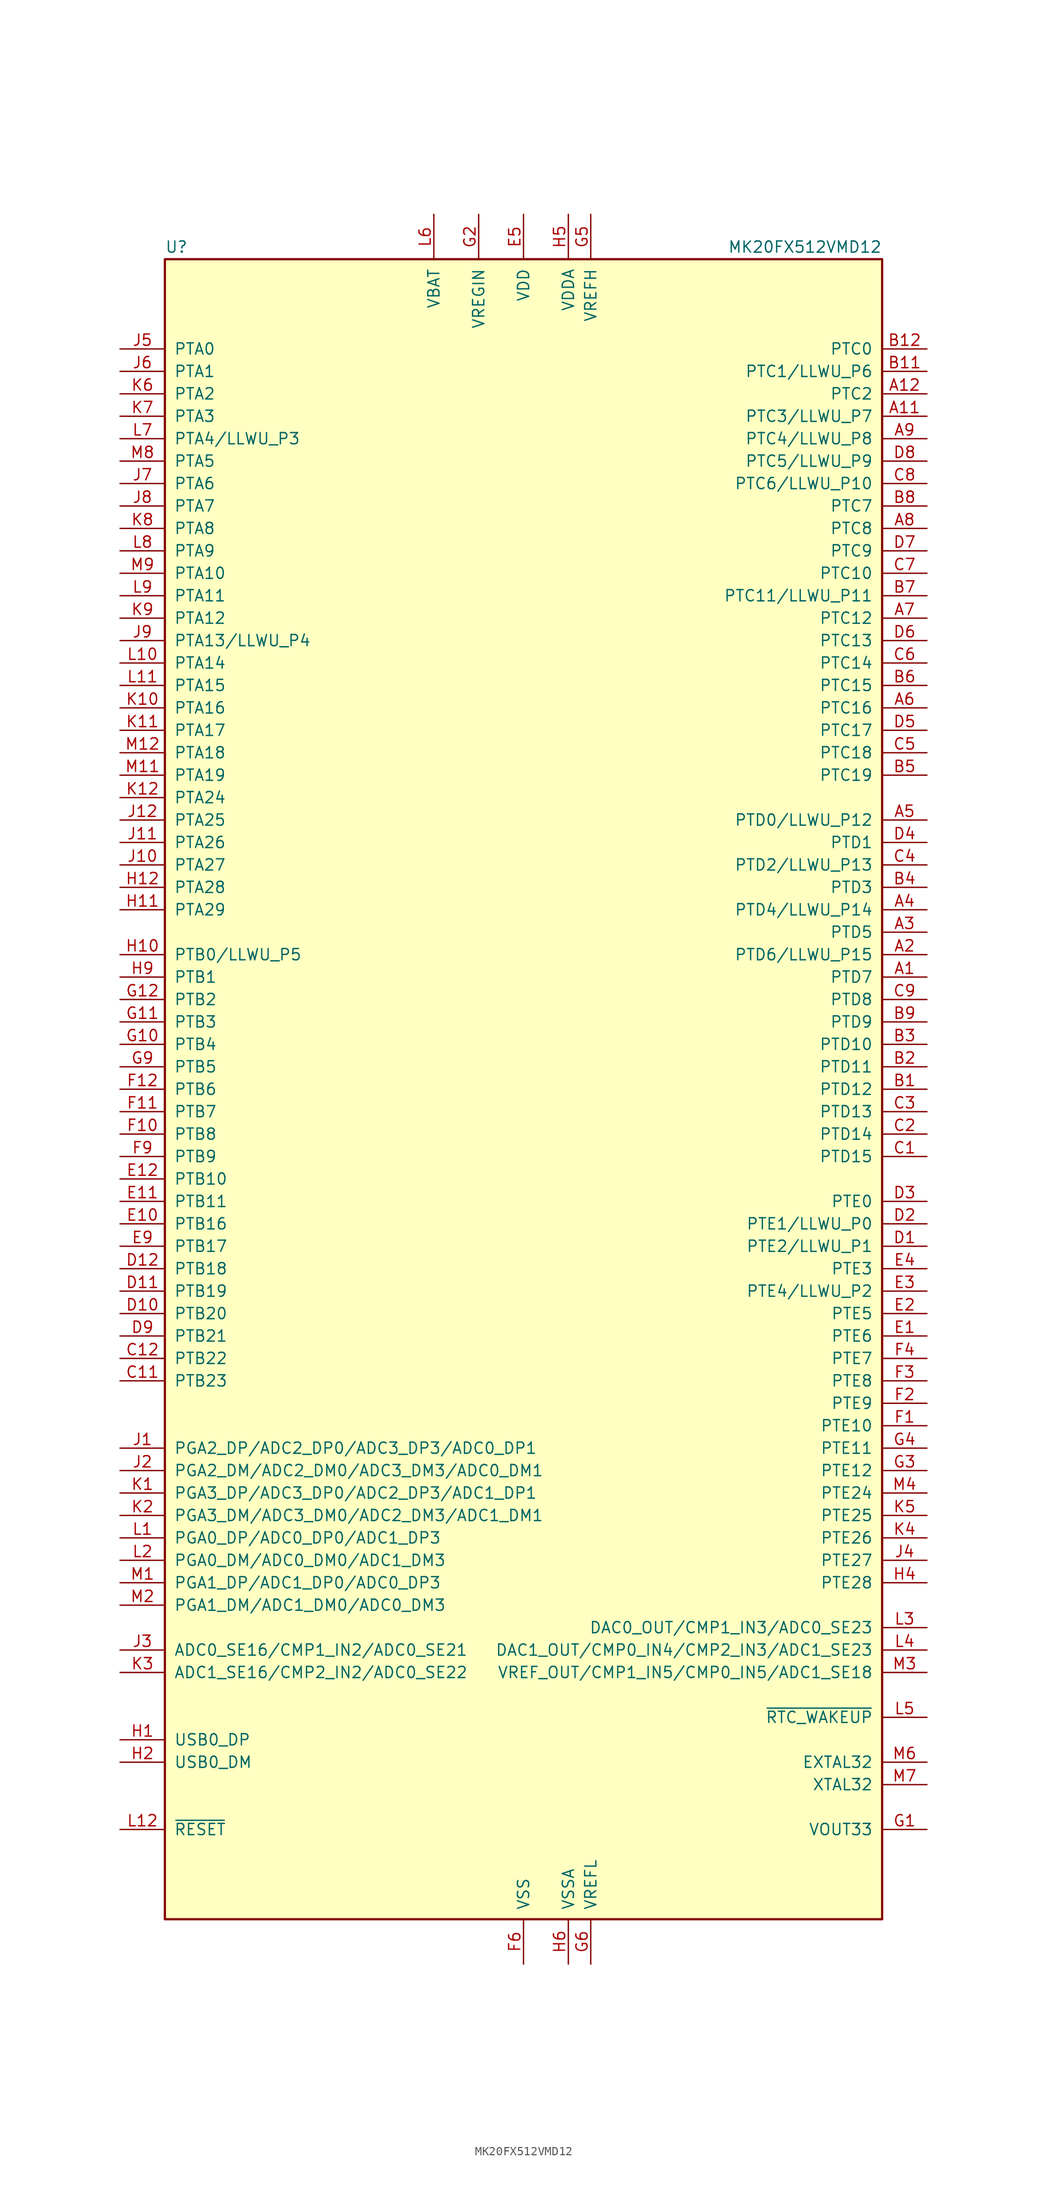
<source format=kicad_sym>
(kicad_symbol_lib
  (version 20220914)
  (generator kicad_symbol_editor)
  (symbol "MK20FX512VMD12"
    (pin_names
      (offset 1.016))
    (property "Reference" "U"
      (at -40.64 94.615 0)
      (effects (font (size 1.27 1.27)) (justify left bottom)))
    (property "Value" "MK20FX512VMD12"
      (at 40.64 94.615 0)
      (effects (font (size 1.27 1.27)) (justify right bottom)))
    (symbol "MK20FX512VMD12_0_1"
      (rectangle (start -40.64 93.98) (end 40.64 -93.98) (stroke (width 0.254) (type default)) (fill (type background))))
    (symbol "MK20FX512VMD12_1_1"
      (pin bidirectional line (at 45.72 12.7 180) (length 5.08) (name "PTD7" (effects (font (size 1.27 1.27)))) (number "A1" (effects (font (size 1.27 1.27)))))
      (pin no_connect line (at -12.7 -99.06 90) (length 5.08) hide (name "NC" (effects (font (size 1.27 1.27)))) (number "A10" (effects (font (size 1.27 1.27)))))
      (pin bidirectional line (at 45.72 76.2 180) (length 5.08) (name "PTC3/LLWU_P7" (effects (font (size 1.27 1.27)))) (number "A11" (effects (font (size 1.27 1.27)))))
      (pin bidirectional line (at 45.72 78.74 180) (length 5.08) (name "PTC2" (effects (font (size 1.27 1.27)))) (number "A12" (effects (font (size 1.27 1.27)))))
      (pin bidirectional line (at 45.72 15.24 180) (length 5.08) (name "PTD6/LLWU_P15" (effects (font (size 1.27 1.27)))) (number "A2" (effects (font (size 1.27 1.27)))))
      (pin bidirectional line (at 45.72 17.78 180) (length 5.08) (name "PTD5" (effects (font (size 1.27 1.27)))) (number "A3" (effects (font (size 1.27 1.27)))))
      (pin bidirectional line (at 45.72 20.32 180) (length 5.08) (name "PTD4/LLWU_P14" (effects (font (size 1.27 1.27)))) (number "A4" (effects (font (size 1.27 1.27)))))
      (pin bidirectional line (at 45.72 30.48 180) (length 5.08) (name "PTD0/LLWU_P12" (effects (font (size 1.27 1.27)))) (number "A5" (effects (font (size 1.27 1.27)))))
      (pin bidirectional line (at 45.72 43.18 180) (length 5.08) (name "PTC16" (effects (font (size 1.27 1.27)))) (number "A6" (effects (font (size 1.27 1.27)))))
      (pin bidirectional line (at 45.72 53.34 180) (length 5.08) (name "PTC12" (effects (font (size 1.27 1.27)))) (number "A7" (effects (font (size 1.27 1.27)))))
      (pin bidirectional line (at 45.72 63.5 180) (length 5.08) (name "PTC8" (effects (font (size 1.27 1.27)))) (number "A8" (effects (font (size 1.27 1.27)))))
      (pin bidirectional line (at 45.72 73.66 180) (length 5.08) (name "PTC4/LLWU_P8" (effects (font (size 1.27 1.27)))) (number "A9" (effects (font (size 1.27 1.27)))))
      (pin bidirectional line (at 45.72 0 180) (length 5.08) (name "PTD12" (effects (font (size 1.27 1.27)))) (number "B1" (effects (font (size 1.27 1.27)))))
      (pin no_connect line (at -10.16 -99.06 90) (length 5.08) hide (name "NC" (effects (font (size 1.27 1.27)))) (number "B10" (effects (font (size 1.27 1.27)))))
      (pin bidirectional line (at 45.72 81.28 180) (length 5.08) (name "PTC1/LLWU_P6" (effects (font (size 1.27 1.27)))) (number "B11" (effects (font (size 1.27 1.27)))))
      (pin bidirectional line (at 45.72 83.82 180) (length 5.08) (name "PTC0" (effects (font (size 1.27 1.27)))) (number "B12" (effects (font (size 1.27 1.27)))))
      (pin bidirectional line (at 45.72 2.54 180) (length 5.08) (name "PTD11" (effects (font (size 1.27 1.27)))) (number "B2" (effects (font (size 1.27 1.27)))))
      (pin bidirectional line (at 45.72 5.08 180) (length 5.08) (name "PTD10" (effects (font (size 1.27 1.27)))) (number "B3" (effects (font (size 1.27 1.27)))))
      (pin bidirectional line (at 45.72 22.86 180) (length 5.08) (name "PTD3" (effects (font (size 1.27 1.27)))) (number "B4" (effects (font (size 1.27 1.27)))))
      (pin bidirectional line (at 45.72 35.56 180) (length 5.08) (name "PTC19" (effects (font (size 1.27 1.27)))) (number "B5" (effects (font (size 1.27 1.27)))))
      (pin bidirectional line (at 45.72 45.72 180) (length 5.08) (name "PTC15" (effects (font (size 1.27 1.27)))) (number "B6" (effects (font (size 1.27 1.27)))))
      (pin bidirectional line (at 45.72 55.88 180) (length 5.08) (name "PTC11/LLWU_P11" (effects (font (size 1.27 1.27)))) (number "B7" (effects (font (size 1.27 1.27)))))
      (pin bidirectional line (at 45.72 66.04 180) (length 5.08) (name "PTC7" (effects (font (size 1.27 1.27)))) (number "B8" (effects (font (size 1.27 1.27)))))
      (pin bidirectional line (at 45.72 7.62 180) (length 5.08) (name "PTD9" (effects (font (size 1.27 1.27)))) (number "B9" (effects (font (size 1.27 1.27)))))
      (pin bidirectional line (at 45.72 -7.62 180) (length 5.08) (name "PTD15" (effects (font (size 1.27 1.27)))) (number "C1" (effects (font (size 1.27 1.27)))))
      (pin no_connect line (at -7.62 -99.06 90) (length 5.08) hide (name "NC" (effects (font (size 1.27 1.27)))) (number "C10" (effects (font (size 1.27 1.27)))))
      (pin bidirectional line (at -45.72 -33.02 0) (length 5.08) (name "PTB23" (effects (font (size 1.27 1.27)))) (number "C11" (effects (font (size 1.27 1.27)))))
      (pin bidirectional line (at -45.72 -30.48 0) (length 5.08) (name "PTB22" (effects (font (size 1.27 1.27)))) (number "C12" (effects (font (size 1.27 1.27)))))
      (pin bidirectional line (at 45.72 -5.08 180) (length 5.08) (name "PTD14" (effects (font (size 1.27 1.27)))) (number "C2" (effects (font (size 1.27 1.27)))))
      (pin bidirectional line (at 45.72 -2.54 180) (length 5.08) (name "PTD13" (effects (font (size 1.27 1.27)))) (number "C3" (effects (font (size 1.27 1.27)))))
      (pin bidirectional line (at 45.72 25.4 180) (length 5.08) (name "PTD2/LLWU_P13" (effects (font (size 1.27 1.27)))) (number "C4" (effects (font (size 1.27 1.27)))))
      (pin bidirectional line (at 45.72 38.1 180) (length 5.08) (name "PTC18" (effects (font (size 1.27 1.27)))) (number "C5" (effects (font (size 1.27 1.27)))))
      (pin bidirectional line (at 45.72 48.26 180) (length 5.08) (name "PTC14" (effects (font (size 1.27 1.27)))) (number "C6" (effects (font (size 1.27 1.27)))))
      (pin bidirectional line (at 45.72 58.42 180) (length 5.08) (name "PTC10" (effects (font (size 1.27 1.27)))) (number "C7" (effects (font (size 1.27 1.27)))))
      (pin bidirectional line (at 45.72 68.58 180) (length 5.08) (name "PTC6/LLWU_P10" (effects (font (size 1.27 1.27)))) (number "C8" (effects (font (size 1.27 1.27)))))
      (pin bidirectional line (at 45.72 10.16 180) (length 5.08) (name "PTD8" (effects (font (size 1.27 1.27)))) (number "C9" (effects (font (size 1.27 1.27)))))
      (pin bidirectional line (at 45.72 -17.78 180) (length 5.08) (name "PTE2/LLWU_P1" (effects (font (size 1.27 1.27)))) (number "D1" (effects (font (size 1.27 1.27)))))
      (pin bidirectional line (at -45.72 -25.4 0) (length 5.08) (name "PTB20" (effects (font (size 1.27 1.27)))) (number "D10" (effects (font (size 1.27 1.27)))))
      (pin bidirectional line (at -45.72 -22.86 0) (length 5.08) (name "PTB19" (effects (font (size 1.27 1.27)))) (number "D11" (effects (font (size 1.27 1.27)))))
      (pin bidirectional line (at -45.72 -20.32 0) (length 5.08) (name "PTB18" (effects (font (size 1.27 1.27)))) (number "D12" (effects (font (size 1.27 1.27)))))
      (pin bidirectional line (at 45.72 -15.24 180) (length 5.08) (name "PTE1/LLWU_P0" (effects (font (size 1.27 1.27)))) (number "D2" (effects (font (size 1.27 1.27)))))
      (pin bidirectional line (at 45.72 -12.7 180) (length 5.08) (name "PTE0" (effects (font (size 1.27 1.27)))) (number "D3" (effects (font (size 1.27 1.27)))))
      (pin bidirectional line (at 45.72 27.94 180) (length 5.08) (name "PTD1" (effects (font (size 1.27 1.27)))) (number "D4" (effects (font (size 1.27 1.27)))))
      (pin bidirectional line (at 45.72 40.64 180) (length 5.08) (name "PTC17" (effects (font (size 1.27 1.27)))) (number "D5" (effects (font (size 1.27 1.27)))))
      (pin bidirectional line (at 45.72 50.8 180) (length 5.08) (name "PTC13" (effects (font (size 1.27 1.27)))) (number "D6" (effects (font (size 1.27 1.27)))))
      (pin bidirectional line (at 45.72 60.96 180) (length 5.08) (name "PTC9" (effects (font (size 1.27 1.27)))) (number "D7" (effects (font (size 1.27 1.27)))))
      (pin bidirectional line (at 45.72 71.12 180) (length 5.08) (name "PTC5/LLWU_P9" (effects (font (size 1.27 1.27)))) (number "D8" (effects (font (size 1.27 1.27)))))
      (pin bidirectional line (at -45.72 -27.94 0) (length 5.08) (name "PTB21" (effects (font (size 1.27 1.27)))) (number "D9" (effects (font (size 1.27 1.27)))))
      (pin bidirectional line (at 45.72 -27.94 180) (length 5.08) (name "PTE6" (effects (font (size 1.27 1.27)))) (number "E1" (effects (font (size 1.27 1.27)))))
      (pin bidirectional line (at -45.72 -15.24 0) (length 5.08) (name "PTB16" (effects (font (size 1.27 1.27)))) (number "E10" (effects (font (size 1.27 1.27)))))
      (pin bidirectional line (at -45.72 -12.7 0) (length 5.08) (name "PTB11" (effects (font (size 1.27 1.27)))) (number "E11" (effects (font (size 1.27 1.27)))))
      (pin bidirectional line (at -45.72 -10.16 0) (length 5.08) (name "PTB10" (effects (font (size 1.27 1.27)))) (number "E12" (effects (font (size 1.27 1.27)))))
      (pin bidirectional line (at 45.72 -25.4 180) (length 5.08) (name "PTE5" (effects (font (size 1.27 1.27)))) (number "E2" (effects (font (size 1.27 1.27)))))
      (pin bidirectional line (at 45.72 -22.86 180) (length 5.08) (name "PTE4/LLWU_P2" (effects (font (size 1.27 1.27)))) (number "E3" (effects (font (size 1.27 1.27)))))
      (pin bidirectional line (at 45.72 -20.32 180) (length 5.08) (name "PTE3" (effects (font (size 1.27 1.27)))) (number "E4" (effects (font (size 1.27 1.27)))))
      (pin power_in line (at 0 99.06 270) (length 5.08) (name "VDD" (effects (font (size 1.27 1.27)))) (number "E5" (effects (font (size 1.27 1.27)))))
      (pin passive line (at 0 99.06 270) (length 5.08) hide (name "VDD" (effects (font (size 1.27 1.27)))) (number "E6" (effects (font (size 1.27 1.27)))))
      (pin passive line (at 0 99.06 270) (length 5.08) hide (name "VDD" (effects (font (size 1.27 1.27)))) (number "E7" (effects (font (size 1.27 1.27)))))
      (pin passive line (at 0 99.06 270) (length 5.08) hide (name "VDD" (effects (font (size 1.27 1.27)))) (number "E8" (effects (font (size 1.27 1.27)))))
      (pin bidirectional line (at -45.72 -17.78 0) (length 5.08) (name "PTB17" (effects (font (size 1.27 1.27)))) (number "E9" (effects (font (size 1.27 1.27)))))
      (pin bidirectional line (at 45.72 -38.1 180) (length 5.08) (name "PTE10" (effects (font (size 1.27 1.27)))) (number "F1" (effects (font (size 1.27 1.27)))))
      (pin bidirectional line (at -45.72 -5.08 0) (length 5.08) (name "PTB8" (effects (font (size 1.27 1.27)))) (number "F10" (effects (font (size 1.27 1.27)))))
      (pin bidirectional line (at -45.72 -2.54 0) (length 5.08) (name "PTB7" (effects (font (size 1.27 1.27)))) (number "F11" (effects (font (size 1.27 1.27)))))
      (pin bidirectional line (at -45.72 0 0) (length 5.08) (name "PTB6" (effects (font (size 1.27 1.27)))) (number "F12" (effects (font (size 1.27 1.27)))))
      (pin bidirectional line (at 45.72 -35.56 180) (length 5.08) (name "PTE9" (effects (font (size 1.27 1.27)))) (number "F2" (effects (font (size 1.27 1.27)))))
      (pin bidirectional line (at 45.72 -33.02 180) (length 5.08) (name "PTE8" (effects (font (size 1.27 1.27)))) (number "F3" (effects (font (size 1.27 1.27)))))
      (pin bidirectional line (at 45.72 -30.48 180) (length 5.08) (name "PTE7" (effects (font (size 1.27 1.27)))) (number "F4" (effects (font (size 1.27 1.27)))))
      (pin passive line (at 0 99.06 270) (length 5.08) hide (name "VDD" (effects (font (size 1.27 1.27)))) (number "F5" (effects (font (size 1.27 1.27)))))
      (pin power_in line (at 0 -99.06 90) (length 5.08) (name "VSS" (effects (font (size 1.27 1.27)))) (number "F6" (effects (font (size 1.27 1.27)))))
      (pin passive line (at 0 -99.06 90) (length 5.08) hide (name "VSS" (effects (font (size 1.27 1.27)))) (number "F7" (effects (font (size 1.27 1.27)))))
      (pin passive line (at 0 99.06 270) (length 5.08) hide (name "VDD" (effects (font (size 1.27 1.27)))) (number "F8" (effects (font (size 1.27 1.27)))))
      (pin bidirectional line (at -45.72 -7.62 0) (length 5.08) (name "PTB9" (effects (font (size 1.27 1.27)))) (number "F9" (effects (font (size 1.27 1.27)))))
      (pin power_out line (at 45.72 -83.82 180) (length 5.08) (name "VOUT33" (effects (font (size 1.27 1.27)))) (number "G1" (effects (font (size 1.27 1.27)))))
      (pin bidirectional line (at -45.72 5.08 0) (length 5.08) (name "PTB4" (effects (font (size 1.27 1.27)))) (number "G10" (effects (font (size 1.27 1.27)))))
      (pin bidirectional line (at -45.72 7.62 0) (length 5.08) (name "PTB3" (effects (font (size 1.27 1.27)))) (number "G11" (effects (font (size 1.27 1.27)))))
      (pin bidirectional line (at -45.72 10.16 0) (length 5.08) (name "PTB2" (effects (font (size 1.27 1.27)))) (number "G12" (effects (font (size 1.27 1.27)))))
      (pin power_in line (at -5.08 99.06 270) (length 5.08) (name "VREGIN" (effects (font (size 1.27 1.27)))) (number "G2" (effects (font (size 1.27 1.27)))))
      (pin bidirectional line (at 45.72 -43.18 180) (length 5.08) (name "PTE12" (effects (font (size 1.27 1.27)))) (number "G3" (effects (font (size 1.27 1.27)))))
      (pin bidirectional line (at 45.72 -40.64 180) (length 5.08) (name "PTE11" (effects (font (size 1.27 1.27)))) (number "G4" (effects (font (size 1.27 1.27)))))
      (pin power_in line (at 7.62 99.06 270) (length 5.08) (name "VREFH" (effects (font (size 1.27 1.27)))) (number "G5" (effects (font (size 1.27 1.27)))))
      (pin power_in line (at 7.62 -99.06 90) (length 5.08) (name "VREFL" (effects (font (size 1.27 1.27)))) (number "G6" (effects (font (size 1.27 1.27)))))
      (pin passive line (at 0 -99.06 90) (length 5.08) hide (name "VSS" (effects (font (size 1.27 1.27)))) (number "G7" (effects (font (size 1.27 1.27)))))
      (pin passive line (at 0 -99.06 90) (length 5.08) hide (name "VSS" (effects (font (size 1.27 1.27)))) (number "G8" (effects (font (size 1.27 1.27)))))
      (pin bidirectional line (at -45.72 2.54 0) (length 5.08) (name "PTB5" (effects (font (size 1.27 1.27)))) (number "G9" (effects (font (size 1.27 1.27)))))
      (pin bidirectional line (at -45.72 -73.66 0) (length 5.08) (name "USB0_DP" (effects (font (size 1.27 1.27)))) (number "H1" (effects (font (size 1.27 1.27)))))
      (pin bidirectional line (at -45.72 15.24 0) (length 5.08) (name "PTB0/LLWU_P5" (effects (font (size 1.27 1.27)))) (number "H10" (effects (font (size 1.27 1.27)))))
      (pin bidirectional line (at -45.72 20.32 0) (length 5.08) (name "PTA29" (effects (font (size 1.27 1.27)))) (number "H11" (effects (font (size 1.27 1.27)))))
      (pin bidirectional line (at -45.72 22.86 0) (length 5.08) (name "PTA28" (effects (font (size 1.27 1.27)))) (number "H12" (effects (font (size 1.27 1.27)))))
      (pin bidirectional line (at -45.72 -76.2 0) (length 5.08) (name "USB0_DM" (effects (font (size 1.27 1.27)))) (number "H2" (effects (font (size 1.27 1.27)))))
      (pin passive line (at 0 -99.06 90) (length 5.08) hide (name "VSS" (effects (font (size 1.27 1.27)))) (number "H3" (effects (font (size 1.27 1.27)))))
      (pin bidirectional line (at 45.72 -55.88 180) (length 5.08) (name "PTE28" (effects (font (size 1.27 1.27)))) (number "H4" (effects (font (size 1.27 1.27)))))
      (pin power_in line (at 5.08 99.06 270) (length 5.08) (name "VDDA" (effects (font (size 1.27 1.27)))) (number "H5" (effects (font (size 1.27 1.27)))))
      (pin power_in line (at 5.08 -99.06 90) (length 5.08) (name "VSSA" (effects (font (size 1.27 1.27)))) (number "H6" (effects (font (size 1.27 1.27)))))
      (pin passive line (at 0 -99.06 90) (length 5.08) hide (name "VSS" (effects (font (size 1.27 1.27)))) (number "H7" (effects (font (size 1.27 1.27)))))
      (pin passive line (at 0 -99.06 90) (length 5.08) hide (name "VSS" (effects (font (size 1.27 1.27)))) (number "H8" (effects (font (size 1.27 1.27)))))
      (pin bidirectional line (at -45.72 12.7 0) (length 5.08) (name "PTB1" (effects (font (size 1.27 1.27)))) (number "H9" (effects (font (size 1.27 1.27)))))
      (pin input line (at -45.72 -40.64 0) (length 5.08) (name "PGA2_DP/ADC2_DP0/ADC3_DP3/ADC0_DP1" (effects (font (size 1.27 1.27)))) (number "J1" (effects (font (size 1.27 1.27)))))
      (pin bidirectional line (at -45.72 25.4 0) (length 5.08) (name "PTA27" (effects (font (size 1.27 1.27)))) (number "J10" (effects (font (size 1.27 1.27)))))
      (pin bidirectional line (at -45.72 27.94 0) (length 5.08) (name "PTA26" (effects (font (size 1.27 1.27)))) (number "J11" (effects (font (size 1.27 1.27)))))
      (pin bidirectional line (at -45.72 30.48 0) (length 5.08) (name "PTA25" (effects (font (size 1.27 1.27)))) (number "J12" (effects (font (size 1.27 1.27)))))
      (pin input line (at -45.72 -43.18 0) (length 5.08) (name "PGA2_DM/ADC2_DM0/ADC3_DM3/ADC0_DM1" (effects (font (size 1.27 1.27)))) (number "J2" (effects (font (size 1.27 1.27)))))
      (pin input line (at -45.72 -63.5 0) (length 5.08) (name "ADC0_SE16/CMP1_IN2/ADC0_SE21" (effects (font (size 1.27 1.27)))) (number "J3" (effects (font (size 1.27 1.27)))))
      (pin bidirectional line (at 45.72 -53.34 180) (length 5.08) (name "PTE27" (effects (font (size 1.27 1.27)))) (number "J4" (effects (font (size 1.27 1.27)))))
      (pin bidirectional line (at -45.72 83.82 0) (length 5.08) (name "PTA0" (effects (font (size 1.27 1.27)))) (number "J5" (effects (font (size 1.27 1.27)))))
      (pin bidirectional line (at -45.72 81.28 0) (length 5.08) (name "PTA1" (effects (font (size 1.27 1.27)))) (number "J6" (effects (font (size 1.27 1.27)))))
      (pin bidirectional line (at -45.72 68.58 0) (length 5.08) (name "PTA6" (effects (font (size 1.27 1.27)))) (number "J7" (effects (font (size 1.27 1.27)))))
      (pin bidirectional line (at -45.72 66.04 0) (length 5.08) (name "PTA7" (effects (font (size 1.27 1.27)))) (number "J8" (effects (font (size 1.27 1.27)))))
      (pin bidirectional line (at -45.72 50.8 0) (length 5.08) (name "PTA13/LLWU_P4" (effects (font (size 1.27 1.27)))) (number "J9" (effects (font (size 1.27 1.27)))))
      (pin input line (at -45.72 -45.72 0) (length 5.08) (name "PGA3_DP/ADC3_DP0/ADC2_DP3/ADC1_DP1" (effects (font (size 1.27 1.27)))) (number "K1" (effects (font (size 1.27 1.27)))))
      (pin bidirectional line (at -45.72 43.18 0) (length 5.08) (name "PTA16" (effects (font (size 1.27 1.27)))) (number "K10" (effects (font (size 1.27 1.27)))))
      (pin bidirectional line (at -45.72 40.64 0) (length 5.08) (name "PTA17" (effects (font (size 1.27 1.27)))) (number "K11" (effects (font (size 1.27 1.27)))))
      (pin bidirectional line (at -45.72 33.02 0) (length 5.08) (name "PTA24" (effects (font (size 1.27 1.27)))) (number "K12" (effects (font (size 1.27 1.27)))))
      (pin input line (at -45.72 -48.26 0) (length 5.08) (name "PGA3_DM/ADC3_DM0/ADC2_DM3/ADC1_DM1" (effects (font (size 1.27 1.27)))) (number "K2" (effects (font (size 1.27 1.27)))))
      (pin input line (at -45.72 -66.04 0) (length 5.08) (name "ADC1_SE16/CMP2_IN2/ADC0_SE22" (effects (font (size 1.27 1.27)))) (number "K3" (effects (font (size 1.27 1.27)))))
      (pin bidirectional line (at 45.72 -50.8 180) (length 5.08) (name "PTE26" (effects (font (size 1.27 1.27)))) (number "K4" (effects (font (size 1.27 1.27)))))
      (pin bidirectional line (at 45.72 -48.26 180) (length 5.08) (name "PTE25" (effects (font (size 1.27 1.27)))) (number "K5" (effects (font (size 1.27 1.27)))))
      (pin bidirectional line (at -45.72 78.74 0) (length 5.08) (name "PTA2" (effects (font (size 1.27 1.27)))) (number "K6" (effects (font (size 1.27 1.27)))))
      (pin bidirectional line (at -45.72 76.2 0) (length 5.08) (name "PTA3" (effects (font (size 1.27 1.27)))) (number "K7" (effects (font (size 1.27 1.27)))))
      (pin bidirectional line (at -45.72 63.5 0) (length 5.08) (name "PTA8" (effects (font (size 1.27 1.27)))) (number "K8" (effects (font (size 1.27 1.27)))))
      (pin bidirectional line (at -45.72 53.34 0) (length 5.08) (name "PTA12" (effects (font (size 1.27 1.27)))) (number "K9" (effects (font (size 1.27 1.27)))))
      (pin input line (at -45.72 -50.8 0) (length 5.08) (name "PGA0_DP/ADC0_DP0/ADC1_DP3" (effects (font (size 1.27 1.27)))) (number "L1" (effects (font (size 1.27 1.27)))))
      (pin bidirectional line (at -45.72 48.26 0) (length 5.08) (name "PTA14" (effects (font (size 1.27 1.27)))) (number "L10" (effects (font (size 1.27 1.27)))))
      (pin bidirectional line (at -45.72 45.72 0) (length 5.08) (name "PTA15" (effects (font (size 1.27 1.27)))) (number "L11" (effects (font (size 1.27 1.27)))))
      (pin bidirectional line (at -45.72 -83.82 0) (length 5.08) (name "~{RESET}" (effects (font (size 1.27 1.27)))) (number "L12" (effects (font (size 1.27 1.27)))))
      (pin input line (at -45.72 -53.34 0) (length 5.08) (name "PGA0_DM/ADC0_DM0/ADC1_DM3" (effects (font (size 1.27 1.27)))) (number "L2" (effects (font (size 1.27 1.27)))))
      (pin bidirectional line (at 45.72 -60.96 180) (length 5.08) (name "DAC0_OUT/CMP1_IN3/ADC0_SE23" (effects (font (size 1.27 1.27)))) (number "L3" (effects (font (size 1.27 1.27)))))
      (pin bidirectional line (at 45.72 -63.5 180) (length 5.08) (name "DAC1_OUT/CMP0_IN4/CMP2_IN3/ADC1_SE23" (effects (font (size 1.27 1.27)))) (number "L4" (effects (font (size 1.27 1.27)))))
      (pin output line (at 45.72 -71.12 180) (length 5.08) (name "~{RTC_WAKEUP}" (effects (font (size 1.27 1.27)))) (number "L5" (effects (font (size 1.27 1.27)))))
      (pin power_in line (at -10.16 99.06 270) (length 5.08) (name "VBAT" (effects (font (size 1.27 1.27)))) (number "L6" (effects (font (size 1.27 1.27)))))
      (pin bidirectional line (at -45.72 73.66 0) (length 5.08) (name "PTA4/LLWU_P3" (effects (font (size 1.27 1.27)))) (number "L7" (effects (font (size 1.27 1.27)))))
      (pin bidirectional line (at -45.72 60.96 0) (length 5.08) (name "PTA9" (effects (font (size 1.27 1.27)))) (number "L8" (effects (font (size 1.27 1.27)))))
      (pin bidirectional line (at -45.72 55.88 0) (length 5.08) (name "PTA11" (effects (font (size 1.27 1.27)))) (number "L9" (effects (font (size 1.27 1.27)))))
      (pin input line (at -45.72 -55.88 0) (length 5.08) (name "PGA1_DP/ADC1_DP0/ADC0_DP3" (effects (font (size 1.27 1.27)))) (number "M1" (effects (font (size 1.27 1.27)))))
      (pin passive line (at 0 -99.06 90) (length 5.08) hide (name "VSS" (effects (font (size 1.27 1.27)))) (number "M10" (effects (font (size 1.27 1.27)))))
      (pin bidirectional line (at -45.72 35.56 0) (length 5.08) (name "PTA19" (effects (font (size 1.27 1.27)))) (number "M11" (effects (font (size 1.27 1.27)))))
      (pin bidirectional line (at -45.72 38.1 0) (length 5.08) (name "PTA18" (effects (font (size 1.27 1.27)))) (number "M12" (effects (font (size 1.27 1.27)))))
      (pin input line (at -45.72 -58.42 0) (length 5.08) (name "PGA1_DM/ADC1_DM0/ADC0_DM3" (effects (font (size 1.27 1.27)))) (number "M2" (effects (font (size 1.27 1.27)))))
      (pin bidirectional line (at 45.72 -66.04 180) (length 5.08) (name "VREF_OUT/CMP1_IN5/CMP0_IN5/ADC1_SE18" (effects (font (size 1.27 1.27)))) (number "M3" (effects (font (size 1.27 1.27)))))
      (pin bidirectional line (at 45.72 -45.72 180) (length 5.08) (name "PTE24" (effects (font (size 1.27 1.27)))) (number "M4" (effects (font (size 1.27 1.27)))))
      (pin no_connect line (at -5.08 -99.06 90) (length 5.08) hide (name "NC" (effects (font (size 1.27 1.27)))) (number "M5" (effects (font (size 1.27 1.27)))))
      (pin input line (at 45.72 -76.2 180) (length 5.08) (name "EXTAL32" (effects (font (size 1.27 1.27)))) (number "M6" (effects (font (size 1.27 1.27)))))
      (pin output line (at 45.72 -78.74 180) (length 5.08) (name "XTAL32" (effects (font (size 1.27 1.27)))) (number "M7" (effects (font (size 1.27 1.27)))))
      (pin bidirectional line (at -45.72 71.12 0) (length 5.08) (name "PTA5" (effects (font (size 1.27 1.27)))) (number "M8" (effects (font (size 1.27 1.27)))))
      (pin bidirectional line (at -45.72 58.42 0) (length 5.08) (name "PTA10" (effects (font (size 1.27 1.27)))) (number "M9" (effects (font (size 1.27 1.27))))))))
</source>
